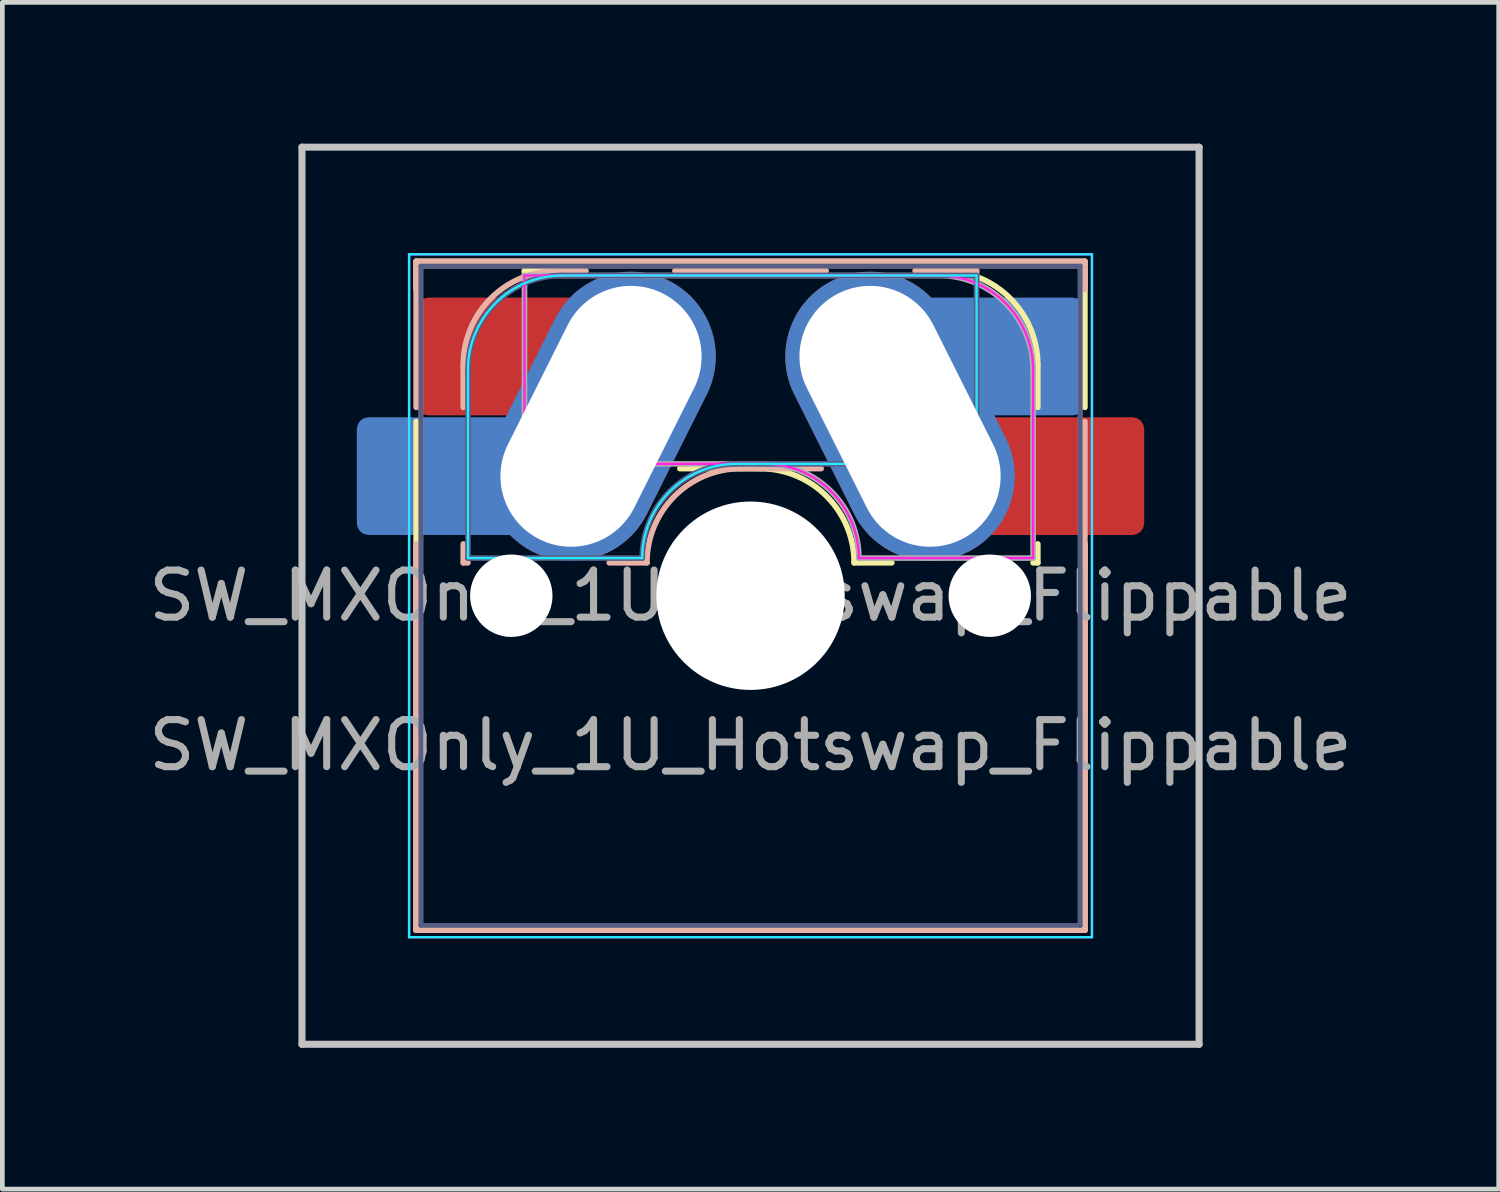
<source format=kicad_pcb>
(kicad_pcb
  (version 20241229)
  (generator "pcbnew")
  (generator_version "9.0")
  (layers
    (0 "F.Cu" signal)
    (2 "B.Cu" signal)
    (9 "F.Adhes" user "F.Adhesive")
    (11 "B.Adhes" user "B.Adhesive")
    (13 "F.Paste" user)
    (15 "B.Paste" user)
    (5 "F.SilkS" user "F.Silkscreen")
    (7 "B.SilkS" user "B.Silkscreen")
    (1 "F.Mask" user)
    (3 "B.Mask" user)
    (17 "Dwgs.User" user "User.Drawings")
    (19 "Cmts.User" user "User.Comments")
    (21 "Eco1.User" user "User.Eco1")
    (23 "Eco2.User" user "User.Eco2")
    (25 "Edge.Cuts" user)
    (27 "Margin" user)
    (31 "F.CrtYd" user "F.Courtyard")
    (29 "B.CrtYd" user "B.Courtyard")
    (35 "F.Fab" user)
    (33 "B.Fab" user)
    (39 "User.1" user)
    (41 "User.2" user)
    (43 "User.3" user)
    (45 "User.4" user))
  (footprint "SW_MXOnly_1U_Hotswap_Flippable"
    (layer "F.Cu")
    (at 12.887 9.6)
    (property "Reference" "SW_MXOnly_1U_Hotswap_Flippable" (at 0 3.175 0) (layer "F.Fab") (effects (font (size 1 1) (thickness 0.15))))
    (attr smd)
    (fp_line (start -7.1 -7.1) (end -7.1 -6.5) (stroke (width 0.12) (type solid)) (layer "F.SilkS"))
    (fp_line (start -7.1 -3.7) (end -7.1 7.1) (stroke (width 0.12) (type solid)) (layer "F.SilkS"))
    (fp_line (start -7.1 7.1) (end 7.1 7.1) (stroke (width 0.12) (type solid)) (layer "F.SilkS"))
    (fp_line (start -4.8 -6.9) (end -4.8 -6.6) (stroke (width 0.12) (type solid)) (layer "F.SilkS"))
    (fp_line (start -4.8 -6.9) (end -3.5 -6.9) (stroke (width 0.12) (type solid)) (layer "F.SilkS"))
    (fp_line (start 0.2 -2.7) (end -1.5 -2.7) (stroke (width 0.12) (type solid)) (layer "F.SilkS"))
    (fp_line (start 1.6 -6.9) (end -1.6 -6.9) (stroke (width 0.12) (type solid)) (layer "F.SilkS"))
    (fp_line (start 3 -0.7) (end 2.2 -0.7) (stroke (width 0.12) (type solid)) (layer "F.SilkS"))
    (fp_line (start 4.1 -6.9) (end 3.5 -6.9) (stroke (width 0.12) (type solid)) (layer "F.SilkS"))
    (fp_line (start 6 -0.7) (end 6.1 -0.7) (stroke (width 0.12) (type solid)) (layer "F.SilkS"))
    (fp_line (start 6.1 -4.9) (end 6.1 -4) (stroke (width 0.12) (type solid)) (layer "F.SilkS"))
    (fp_line (start 6.1 -1.1) (end 6.1 -0.7) (stroke (width 0.12) (type solid)) (layer "F.SilkS"))
    (fp_line (start 7.1 -7.1) (end -7.1 -7.1) (stroke (width 0.12) (type solid)) (layer "F.SilkS"))
    (fp_line (start 7.1 -4) (end 7.1 -7.1) (stroke (width 0.12) (type solid)) (layer "F.SilkS"))
    (fp_line (start 7.1 7.1) (end 7.1 -1.1) (stroke (width 0.12) (type solid)) (layer "F.SilkS"))
    (fp_arc (start 0.2 -2.7) (mid 1.614214 -2.114214) (end 2.2 -0.7) (stroke (width 0.12) (type solid)) (layer "F.SilkS"))
    (fp_arc (start 4.1 -6.9) (mid 5.514214 -6.314214) (end 6.1 -4.9) (stroke (width 0.12) (type solid)) (layer "F.SilkS"))
    (fp_line (start -7.1 -7.1) (end 7.1 -7.1) (stroke (width 0.12) (type solid)) (layer "B.SilkS"))
    (fp_line (start -7.1 -4) (end -7.1 -7.1) (stroke (width 0.12) (type solid)) (layer "B.SilkS"))
    (fp_line (start -7.1 7.1) (end -7.1 -1.1) (stroke (width 0.12) (type solid)) (layer "B.SilkS"))
    (fp_line (start -6.1 -4.9) (end -6.1 -4) (stroke (width 0.12) (type solid)) (layer "B.SilkS"))
    (fp_line (start -6.1 -1.1) (end -6.1 -0.7) (stroke (width 0.12) (type solid)) (layer "B.SilkS"))
    (fp_line (start -6 -0.7) (end -6.1 -0.7) (stroke (width 0.12) (type solid)) (layer "B.SilkS"))
    (fp_line (start -4.1 -6.9) (end -3.5 -6.9) (stroke (width 0.12) (type solid)) (layer "B.SilkS"))
    (fp_line (start -3 -0.7) (end -2.2 -0.7) (stroke (width 0.12) (type solid)) (layer "B.SilkS"))
    (fp_line (start -1.6 -6.9) (end 1.6 -6.9) (stroke (width 0.12) (type solid)) (layer "B.SilkS"))
    (fp_line (start -0.2 -2.7) (end 1.5 -2.7) (stroke (width 0.12) (type solid)) (layer "B.SilkS"))
    (fp_line (start 4.8 -6.9) (end 3.5 -6.9) (stroke (width 0.12) (type solid)) (layer "B.SilkS"))
    (fp_line (start 4.8 -6.9) (end 4.8 -6.6) (stroke (width 0.12) (type solid)) (layer "B.SilkS"))
    (fp_line (start 7.1 -7.1) (end 7.1 -6.5) (stroke (width 0.12) (type solid)) (layer "B.SilkS"))
    (fp_line (start 7.1 -3.7) (end 7.1 7.1) (stroke (width 0.12) (type solid)) (layer "B.SilkS"))
    (fp_line (start 7.1 7.1) (end -7.1 7.1) (stroke (width 0.12) (type solid)) (layer "B.SilkS"))
    (fp_arc (start -6.1 -4.9) (mid -5.514214 -6.314214) (end -4.1 -6.9) (stroke (width 0.12) (type solid)) (layer "B.SilkS"))
    (fp_arc (start -2.2 -0.7) (mid -1.614214 -2.114214) (end -0.2 -2.7) (stroke (width 0.12) (type solid)) (layer "B.SilkS"))
    (fp_line (start -9.525 -9.525) (end -9.525 9.525) (stroke (width 0.15) (type solid)) (layer "Dwgs.User"))
    (fp_line (start -9.525 9.525) (end 9.525 9.525) (stroke (width 0.15) (type solid)) (layer "Dwgs.User"))
    (fp_line (start 9.525 -9.525) (end -9.525 -9.525) (stroke (width 0.15) (type solid)) (layer "Dwgs.User"))
    (fp_line (start 9.525 9.525) (end 9.525 -9.525) (stroke (width 0.15) (type solid)) (layer "Dwgs.User"))
    (fp_line (start -7.25 -7.25) (end 7.25 -7.25) (stroke (width 0.05) (type solid)) (layer "B.CrtYd"))
    (fp_line (start -7.25 7.25) (end -7.25 -7.25) (stroke (width 0.05) (type solid)) (layer "B.CrtYd"))
    (fp_line (start -6 -0.8) (end -6 -4.8) (stroke (width 0.05) (type solid)) (layer "B.CrtYd"))
    (fp_line (start -6 -0.8) (end -2.3 -0.8) (stroke (width 0.05) (type solid)) (layer "B.CrtYd"))
    (fp_line (start -4 -6.8) (end 4.8 -6.8) (stroke (width 0.05) (type solid)) (layer "B.CrtYd"))
    (fp_line (start -0.3 -2.8) (end 4.8 -2.8) (stroke (width 0.05) (type solid)) (layer "B.CrtYd"))
    (fp_line (start 4.8 -6.8) (end 4.8 -2.8) (stroke (width 0.05) (type solid)) (layer "B.CrtYd"))
    (fp_line (start 7.25 -7.25) (end 7.25 7.25) (stroke (width 0.05) (type solid)) (layer "B.CrtYd"))
    (fp_line (start 7.25 7.25) (end -7.25 7.25) (stroke (width 0.05) (type solid)) (layer "B.CrtYd"))
    (fp_arc (start -6 -4.8) (mid -5.414214 -6.214214) (end -4 -6.8) (stroke (width 0.05) (type solid)) (layer "B.CrtYd"))
    (fp_arc (start -2.3 -0.8) (mid -1.714214 -2.214214) (end -0.3 -2.8) (stroke (width 0.05) (type solid)) (layer "B.CrtYd"))
    (fp_line (start -7.25 -7.25) (end -7.25 7.25) (stroke (width 0.05) (type solid)) (layer "F.CrtYd"))
    (fp_line (start -7.25 7.25) (end 7.25 7.25) (stroke (width 0.05) (type solid)) (layer "F.CrtYd"))
    (fp_line (start -4.8 -6.8) (end -4.8 -2.8) (stroke (width 0.05) (type solid)) (layer "F.CrtYd"))
    (fp_line (start 0.3 -2.8) (end -4.8 -2.8) (stroke (width 0.05) (type solid)) (layer "F.CrtYd"))
    (fp_line (start 4 -6.8) (end -4.8 -6.8) (stroke (width 0.05) (type solid)) (layer "F.CrtYd"))
    (fp_line (start 6 -0.8) (end 2.3 -0.8) (stroke (width 0.05) (type solid)) (layer "F.CrtYd"))
    (fp_line (start 6 -0.8) (end 6 -4.8) (stroke (width 0.05) (type solid)) (layer "F.CrtYd"))
    (fp_line (start 7.25 -7.25) (end -7.25 -7.25) (stroke (width 0.05) (type solid)) (layer "F.CrtYd"))
    (fp_line (start 7.25 7.25) (end 7.25 -7.25) (stroke (width 0.05) (type solid)) (layer "F.CrtYd"))
    (fp_arc (start 0.3 -2.8) (mid 1.714214 -2.214214) (end 2.3 -0.8) (stroke (width 0.05) (type solid)) (layer "F.CrtYd"))
    (fp_arc (start 4 -6.8) (mid 5.414214 -6.214214) (end 6 -4.8) (stroke (width 0.05) (type solid)) (layer "F.CrtYd"))
    (fp_line (start -7 -7) (end 7 -7) (stroke (width 0.1) (type solid)) (layer "B.Fab"))
    (fp_line (start -7 7) (end -7 -7) (stroke (width 0.1) (type solid)) (layer "B.Fab"))
    (fp_line (start -6 -0.8) (end -6 -4.8) (stroke (width 0.12) (type solid)) (layer "B.Fab"))
    (fp_line (start -6 -0.8) (end -2.3 -0.8) (stroke (width 0.12) (type solid)) (layer "B.Fab"))
    (fp_line (start -4 -6.8) (end 4.8 -6.8) (stroke (width 0.12) (type solid)) (layer "B.Fab"))
    (fp_line (start -0.3 -2.8) (end 4.8 -2.8) (stroke (width 0.12) (type solid)) (layer "B.Fab"))
    (fp_line (start 4.8 -6.8) (end 4.8 -2.8) (stroke (width 0.12) (type solid)) (layer "B.Fab"))
    (fp_line (start 7 -7) (end 7 7) (stroke (width 0.1) (type solid)) (layer "B.Fab"))
    (fp_line (start 7 7) (end -7 7) (stroke (width 0.1) (type solid)) (layer "B.Fab"))
    (fp_arc (start -6 -4.8) (mid -5.414214 -6.214214) (end -4 -6.8) (stroke (width 0.12) (type solid)) (layer "B.Fab"))
    (fp_arc (start -2.3 -0.8) (mid -1.714214 -2.214214) (end -0.3 -2.8) (stroke (width 0.12) (type solid)) (layer "B.Fab"))
    (fp_line (start -7 -7) (end -7 7) (stroke (width 0.1) (type solid)) (layer "F.Fab"))
    (fp_line (start -7 7) (end 7 7) (stroke (width 0.1) (type solid)) (layer "F.Fab"))
    (fp_line (start -4.8 -6.8) (end -4.8 -2.8) (stroke (width 0.12) (type solid)) (layer "F.Fab"))
    (fp_line (start 0.3 -2.8) (end -4.8 -2.8) (stroke (width 0.12) (type solid)) (layer "F.Fab"))
    (fp_line (start 4 -6.8) (end -4.8 -6.8) (stroke (width 0.12) (type solid)) (layer "F.Fab"))
    (fp_line (start 6 -0.8) (end 2.3 -0.8) (stroke (width 0.12) (type solid)) (layer "F.Fab"))
    (fp_line (start 6 -0.8) (end 6 -4.8) (stroke (width 0.12) (type solid)) (layer "F.Fab"))
    (fp_line (start 7 -7) (end -7 -7) (stroke (width 0.1) (type solid)) (layer "F.Fab"))
    (fp_line (start 7 7) (end 7 -7) (stroke (width 0.1) (type solid)) (layer "F.Fab"))
    (fp_arc (start 0.3 -2.8) (mid 1.714214 -2.214214) (end 2.3 -0.8) (stroke (width 0.12) (type solid)) (layer "F.Fab"))
    (fp_arc (start 4 -6.8) (mid 5.414214 -6.214214) (end 6 -4.8) (stroke (width 0.12) (type solid)) (layer "F.Fab"))
    (fp_text user "${REFERENCE}" (at 0 0 0) (layer "F.Fab") (effects (font (size 1 1) (thickness 0.15))))
    (pad "" np_thru_hole circle (at -5.08 0) (size 1.75 1.75) (drill 1.75) (layers "*.Cu" "*.Mask"))
    (pad "" np_thru_hole circle (at 0 0) (size 4 4) (drill 4) (layers "*.Cu" "*.Mask"))
    (pad "" np_thru_hole circle (at 5.08 0) (size 1.75 1.75) (drill 1.75) (layers "*.Cu" "*.Mask"))
    (pad "1" thru_hole oval (at 3.175 -3.81 296.6) (size 6.44 3.6) (drill oval 5.84 3) (layers "*.Cu" "*.Mask"))
    (pad "1" smd roundrect (at 5.32 -5.08) (size 3.55 2.5) (layers "B.Cu" "B.Mask") (roundrect_rratio 0.1))
    (pad "1" smd roundrect (at 6.585 -2.54) (size 3.55 2.5) (layers "F.Cu" "F.Mask") (roundrect_rratio 0.1))
    (pad "2" smd roundrect (at -6.585 -2.54) (size 3.55 2.5) (layers "B.Cu" "B.Mask") (roundrect_rratio 0.1))
    (pad "2" smd roundrect (at -5.32 -5.08) (size 3.55 2.5) (layers "F.Cu" "F.Mask") (roundrect_rratio 0.1))
    (pad "2" thru_hole oval (at -3.175 -3.81 63.4) (size 6.44 3.6) (drill oval 5.84 3) (layers "*.Cu" "*.Mask")))
  (gr_rect
    (start -3 -3)
    (end 28.774 22.2)
    (stroke (width 0.1) (type default))
    (fill no)
    (layer "Edge.Cuts")))
</source>
